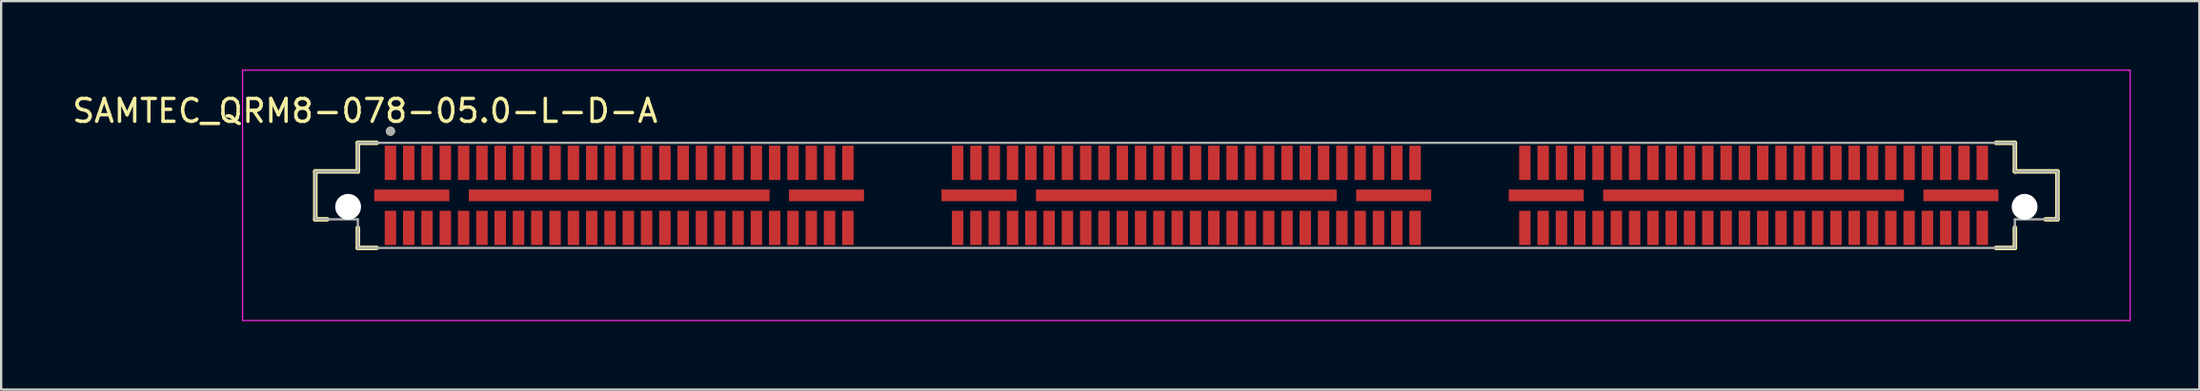
<source format=kicad_pcb>
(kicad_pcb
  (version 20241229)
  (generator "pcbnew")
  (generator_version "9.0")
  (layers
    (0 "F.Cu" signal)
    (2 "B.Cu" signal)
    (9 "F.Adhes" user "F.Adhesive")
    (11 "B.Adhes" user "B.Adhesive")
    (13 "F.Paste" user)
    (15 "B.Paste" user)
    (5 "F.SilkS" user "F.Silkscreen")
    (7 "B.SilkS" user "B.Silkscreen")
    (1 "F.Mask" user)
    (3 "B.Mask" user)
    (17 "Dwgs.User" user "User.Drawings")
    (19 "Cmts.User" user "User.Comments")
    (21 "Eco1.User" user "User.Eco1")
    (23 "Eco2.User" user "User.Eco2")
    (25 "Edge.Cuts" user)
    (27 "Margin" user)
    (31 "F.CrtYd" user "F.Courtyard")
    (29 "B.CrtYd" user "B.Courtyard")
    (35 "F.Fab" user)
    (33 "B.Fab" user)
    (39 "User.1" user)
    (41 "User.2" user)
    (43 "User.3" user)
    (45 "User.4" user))
  (footprint "SAMTEC_QRM8-078-05.0-L-D-A"
    (layer "F.Cu")
    (at 48.821 5.505)
    (property "Reference" "SAMTEC_QRM8-078-05.0-L-D-A" (at -35.91 -3.7 0) (layer "F.SilkS") (effects (font (size 1 1) (thickness 0.15))))
    (attr through_hole)
    (fp_line (start -38.085 -1.05) (end -36.225 -1.05) (stroke (width 0.2) (type solid)) (layer "F.SilkS"))
    (fp_line (start -38.085 1.05) (end -38.085 -1.05) (stroke (width 0.2) (type solid)) (layer "F.SilkS"))
    (fp_line (start -37.565 1.05) (end -38.085 1.05) (stroke (width 0.2) (type solid)) (layer "F.SilkS"))
    (fp_line (start -36.225 -2.3) (end -36.225 -1.05) (stroke (width 0.2) (type solid)) (layer "F.SilkS"))
    (fp_line (start -36.225 -2.3) (end -35.4 -2.3) (stroke (width 0.2) (type solid)) (layer "F.SilkS"))
    (fp_line (start -36.225 2.3) (end -36.225 1.415) (stroke (width 0.2) (type solid)) (layer "F.SilkS"))
    (fp_line (start -36.225 2.3) (end -35.4 2.3) (stroke (width 0.2) (type solid)) (layer "F.SilkS"))
    (fp_line (start 36.225 -2.3) (end 35.4 -2.3) (stroke (width 0.2) (type solid)) (layer "F.SilkS"))
    (fp_line (start 36.225 -2.3) (end 36.225 -1.05) (stroke (width 0.2) (type solid)) (layer "F.SilkS"))
    (fp_line (start 36.225 2.3) (end 35.4 2.3) (stroke (width 0.2) (type solid)) (layer "F.SilkS"))
    (fp_line (start 36.225 2.3) (end 36.225 1.415) (stroke (width 0.2) (type solid)) (layer "F.SilkS"))
    (fp_line (start 37.565 1.05) (end 38.085 1.05) (stroke (width 0.2) (type solid)) (layer "F.SilkS"))
    (fp_line (start 38.085 -1.05) (end 36.225 -1.05) (stroke (width 0.2) (type solid)) (layer "F.SilkS"))
    (fp_line (start 38.085 1.05) (end 38.085 -1.05) (stroke (width 0.2) (type solid)) (layer "F.SilkS"))
    (fp_circle (center -34.8 -2.81) (end -34.7 -2.81) (stroke (width 0.2) (type solid)) (fill no) (layer "F.SilkS"))
    (fp_line (start -41.265 -5.48) (end 41.265 -5.48) (stroke (width 0.05) (type solid)) (layer "F.CrtYd"))
    (fp_line (start -41.265 5.48) (end -41.265 -5.48) (stroke (width 0.05) (type solid)) (layer "F.CrtYd"))
    (fp_line (start 41.265 -5.48) (end 41.265 5.48) (stroke (width 0.05) (type solid)) (layer "F.CrtYd"))
    (fp_line (start 41.265 5.48) (end -41.265 5.48) (stroke (width 0.05) (type solid)) (layer "F.CrtYd"))
    (fp_line (start -38.085 -1.05) (end -36.225 -1.05) (stroke (width 0.1) (type solid)) (layer "F.Fab"))
    (fp_line (start -38.085 1.05) (end -38.085 -1.05) (stroke (width 0.1) (type solid)) (layer "F.Fab"))
    (fp_line (start -38.085 1.05) (end -36.225 1.05) (stroke (width 0.1) (type solid)) (layer "F.Fab"))
    (fp_line (start -36.225 -2.3) (end -36.225 -1.05) (stroke (width 0.1) (type solid)) (layer "F.Fab"))
    (fp_line (start -36.225 -2.3) (end 36.225 -2.3) (stroke (width 0.1) (type solid)) (layer "F.Fab"))
    (fp_line (start -36.225 2.3) (end -36.225 1.05) (stroke (width 0.1) (type solid)) (layer "F.Fab"))
    (fp_line (start -36.225 2.3) (end 36.225 2.3) (stroke (width 0.1) (type solid)) (layer "F.Fab"))
    (fp_line (start 36.225 -2.3) (end 36.225 -1.05) (stroke (width 0.1) (type solid)) (layer "F.Fab"))
    (fp_line (start 36.225 2.3) (end 36.225 1.05) (stroke (width 0.1) (type solid)) (layer "F.Fab"))
    (fp_line (start 38.085 -1.05) (end 36.225 -1.05) (stroke (width 0.1) (type solid)) (layer "F.Fab"))
    (fp_line (start 38.085 1.05) (end 36.225 1.05) (stroke (width 0.1) (type solid)) (layer "F.Fab"))
    (fp_line (start 38.085 1.05) (end 38.085 -1.05) (stroke (width 0.1) (type solid)) (layer "F.Fab"))
    (fp_circle (center -34.8 -2.81) (end -34.7 -2.81) (stroke (width 0.2) (type solid)) (fill no) (layer "F.Fab"))
    (pad "" np_thru_hole circle (at -36.65 0.5) (size 1.13 1.13) (drill 1.13) (layers "*.Cu" "*.Mask"))
    (pad "" np_thru_hole circle (at 36.65 0.5) (size 1.13 1.13) (drill 1.13) (layers "*.Cu" "*.Mask"))
    (pad "01" smd rect (at -34.8 -1.425) (size 0.5 1.5) (layers "F.Cu" "F.Mask" "F.Paste"))
    (pad "02" smd rect (at -34.8 1.425) (size 0.5 1.5) (layers "F.Cu" "F.Mask" "F.Paste"))
    (pad "03" smd rect (at -34 -1.425) (size 0.5 1.5) (layers "F.Cu" "F.Mask" "F.Paste"))
    (pad "04" smd rect (at -34 1.425) (size 0.5 1.5) (layers "F.Cu" "F.Mask" "F.Paste"))
    (pad "05" smd rect (at -33.2 -1.425) (size 0.5 1.5) (layers "F.Cu" "F.Mask" "F.Paste"))
    (pad "06" smd rect (at -33.2 1.425) (size 0.5 1.5) (layers "F.Cu" "F.Mask" "F.Paste"))
    (pad "07" smd rect (at -32.4 -1.425) (size 0.5 1.5) (layers "F.Cu" "F.Mask" "F.Paste"))
    (pad "08" smd rect (at -32.4 1.425) (size 0.5 1.5) (layers "F.Cu" "F.Mask" "F.Paste"))
    (pad "09" smd rect (at -31.6 -1.425) (size 0.5 1.5) (layers "F.Cu" "F.Mask" "F.Paste"))
    (pad "10" smd rect (at -31.6 1.425) (size 0.5 1.5) (layers "F.Cu" "F.Mask" "F.Paste"))
    (pad "11" smd rect (at -30.8 -1.425) (size 0.5 1.5) (layers "F.Cu" "F.Mask" "F.Paste"))
    (pad "12" smd rect (at -30.8 1.425) (size 0.5 1.5) (layers "F.Cu" "F.Mask" "F.Paste"))
    (pad "13" smd rect (at -30 -1.425) (size 0.5 1.5) (layers "F.Cu" "F.Mask" "F.Paste"))
    (pad "14" smd rect (at -30 1.425) (size 0.5 1.5) (layers "F.Cu" "F.Mask" "F.Paste"))
    (pad "15" smd rect (at -29.2 -1.425) (size 0.5 1.5) (layers "F.Cu" "F.Mask" "F.Paste"))
    (pad "16" smd rect (at -29.2 1.425) (size 0.5 1.5) (layers "F.Cu" "F.Mask" "F.Paste"))
    (pad "17" smd rect (at -28.4 -1.425) (size 0.5 1.5) (layers "F.Cu" "F.Mask" "F.Paste"))
    (pad "18" smd rect (at -28.4 1.425) (size 0.5 1.5) (layers "F.Cu" "F.Mask" "F.Paste"))
    (pad "19" smd rect (at -27.6 -1.425) (size 0.5 1.5) (layers "F.Cu" "F.Mask" "F.Paste"))
    (pad "20" smd rect (at -27.6 1.425) (size 0.5 1.5) (layers "F.Cu" "F.Mask" "F.Paste"))
    (pad "21" smd rect (at -26.8 -1.425) (size 0.5 1.5) (layers "F.Cu" "F.Mask" "F.Paste"))
    (pad "22" smd rect (at -26.8 1.425) (size 0.5 1.5) (layers "F.Cu" "F.Mask" "F.Paste"))
    (pad "23" smd rect (at -26 -1.425) (size 0.5 1.5) (layers "F.Cu" "F.Mask" "F.Paste"))
    (pad "24" smd rect (at -26 1.425) (size 0.5 1.5) (layers "F.Cu" "F.Mask" "F.Paste"))
    (pad "25" smd rect (at -25.2 -1.425) (size 0.5 1.5) (layers "F.Cu" "F.Mask" "F.Paste"))
    (pad "26" smd rect (at -25.2 1.425) (size 0.5 1.5) (layers "F.Cu" "F.Mask" "F.Paste"))
    (pad "27" smd rect (at -24.4 -1.425) (size 0.5 1.5) (layers "F.Cu" "F.Mask" "F.Paste"))
    (pad "28" smd rect (at -24.4 1.425) (size 0.5 1.5) (layers "F.Cu" "F.Mask" "F.Paste"))
    (pad "29" smd rect (at -23.6 -1.425) (size 0.5 1.5) (layers "F.Cu" "F.Mask" "F.Paste"))
    (pad "30" smd rect (at -23.6 1.425) (size 0.5 1.5) (layers "F.Cu" "F.Mask" "F.Paste"))
    (pad "31" smd rect (at -22.8 -1.425) (size 0.5 1.5) (layers "F.Cu" "F.Mask" "F.Paste"))
    (pad "32" smd rect (at -22.8 1.425) (size 0.5 1.5) (layers "F.Cu" "F.Mask" "F.Paste"))
    (pad "33" smd rect (at -22 -1.425) (size 0.5 1.5) (layers "F.Cu" "F.Mask" "F.Paste"))
    (pad "34" smd rect (at -22 1.425) (size 0.5 1.5) (layers "F.Cu" "F.Mask" "F.Paste"))
    (pad "35" smd rect (at -21.2 -1.425) (size 0.5 1.5) (layers "F.Cu" "F.Mask" "F.Paste"))
    (pad "36" smd rect (at -21.2 1.425) (size 0.5 1.5) (layers "F.Cu" "F.Mask" "F.Paste"))
    (pad "37" smd rect (at -20.4 -1.425) (size 0.5 1.5) (layers "F.Cu" "F.Mask" "F.Paste"))
    (pad "38" smd rect (at -20.4 1.425) (size 0.5 1.5) (layers "F.Cu" "F.Mask" "F.Paste"))
    (pad "39" smd rect (at -19.6 -1.425) (size 0.5 1.5) (layers "F.Cu" "F.Mask" "F.Paste"))
    (pad "40" smd rect (at -19.6 1.425) (size 0.5 1.5) (layers "F.Cu" "F.Mask" "F.Paste"))
    (pad "41" smd rect (at -18.8 -1.425) (size 0.5 1.5) (layers "F.Cu" "F.Mask" "F.Paste"))
    (pad "42" smd rect (at -18.8 1.425) (size 0.5 1.5) (layers "F.Cu" "F.Mask" "F.Paste"))
    (pad "43" smd rect (at -18 -1.425) (size 0.5 1.5) (layers "F.Cu" "F.Mask" "F.Paste"))
    (pad "44" smd rect (at -18 1.425) (size 0.5 1.5) (layers "F.Cu" "F.Mask" "F.Paste"))
    (pad "45" smd rect (at -17.2 -1.425) (size 0.5 1.5) (layers "F.Cu" "F.Mask" "F.Paste"))
    (pad "46" smd rect (at -17.2 1.425) (size 0.5 1.5) (layers "F.Cu" "F.Mask" "F.Paste"))
    (pad "47" smd rect (at -16.4 -1.425) (size 0.5 1.5) (layers "F.Cu" "F.Mask" "F.Paste"))
    (pad "48" smd rect (at -16.4 1.425) (size 0.5 1.5) (layers "F.Cu" "F.Mask" "F.Paste"))
    (pad "49" smd rect (at -15.6 -1.425) (size 0.5 1.5) (layers "F.Cu" "F.Mask" "F.Paste"))
    (pad "50" smd rect (at -15.6 1.425) (size 0.5 1.5) (layers "F.Cu" "F.Mask" "F.Paste"))
    (pad "51" smd rect (at -14.8 -1.425) (size 0.5 1.5) (layers "F.Cu" "F.Mask" "F.Paste"))
    (pad "52" smd rect (at -14.8 1.425) (size 0.5 1.5) (layers "F.Cu" "F.Mask" "F.Paste"))
    (pad "53" smd rect (at -10 -1.425) (size 0.5 1.5) (layers "F.Cu" "F.Mask" "F.Paste"))
    (pad "54" smd rect (at -10 1.425) (size 0.5 1.5) (layers "F.Cu" "F.Mask" "F.Paste"))
    (pad "55" smd rect (at -9.2 -1.425) (size 0.5 1.5) (layers "F.Cu" "F.Mask" "F.Paste"))
    (pad "56" smd rect (at -9.2 1.425) (size 0.5 1.5) (layers "F.Cu" "F.Mask" "F.Paste"))
    (pad "57" smd rect (at -8.4 -1.425) (size 0.5 1.5) (layers "F.Cu" "F.Mask" "F.Paste"))
    (pad "58" smd rect (at -8.4 1.425) (size 0.5 1.5) (layers "F.Cu" "F.Mask" "F.Paste"))
    (pad "59" smd rect (at -7.6 -1.425) (size 0.5 1.5) (layers "F.Cu" "F.Mask" "F.Paste"))
    (pad "60" smd rect (at -7.6 1.425) (size 0.5 1.5) (layers "F.Cu" "F.Mask" "F.Paste"))
    (pad "61" smd rect (at -6.8 -1.425) (size 0.5 1.5) (layers "F.Cu" "F.Mask" "F.Paste"))
    (pad "62" smd rect (at -6.8 1.425) (size 0.5 1.5) (layers "F.Cu" "F.Mask" "F.Paste"))
    (pad "63" smd rect (at -6 -1.425) (size 0.5 1.5) (layers "F.Cu" "F.Mask" "F.Paste"))
    (pad "64" smd rect (at -6 1.425) (size 0.5 1.5) (layers "F.Cu" "F.Mask" "F.Paste"))
    (pad "65" smd rect (at -5.2 -1.425) (size 0.5 1.5) (layers "F.Cu" "F.Mask" "F.Paste"))
    (pad "66" smd rect (at -5.2 1.425) (size 0.5 1.5) (layers "F.Cu" "F.Mask" "F.Paste"))
    (pad "67" smd rect (at -4.4 -1.425) (size 0.5 1.5) (layers "F.Cu" "F.Mask" "F.Paste"))
    (pad "68" smd rect (at -4.4 1.425) (size 0.5 1.5) (layers "F.Cu" "F.Mask" "F.Paste"))
    (pad "69" smd rect (at -3.6 -1.425) (size 0.5 1.5) (layers "F.Cu" "F.Mask" "F.Paste"))
    (pad "70" smd rect (at -3.6 1.425) (size 0.5 1.5) (layers "F.Cu" "F.Mask" "F.Paste"))
    (pad "71" smd rect (at -2.8 -1.425) (size 0.5 1.5) (layers "F.Cu" "F.Mask" "F.Paste"))
    (pad "72" smd rect (at -2.8 1.425) (size 0.5 1.5) (layers "F.Cu" "F.Mask" "F.Paste"))
    (pad "73" smd rect (at -2 -1.425) (size 0.5 1.5) (layers "F.Cu" "F.Mask" "F.Paste"))
    (pad "74" smd rect (at -2 1.425) (size 0.5 1.5) (layers "F.Cu" "F.Mask" "F.Paste"))
    (pad "75" smd rect (at -1.2 -1.425) (size 0.5 1.5) (layers "F.Cu" "F.Mask" "F.Paste"))
    (pad "76" smd rect (at -1.2 1.425) (size 0.5 1.5) (layers "F.Cu" "F.Mask" "F.Paste"))
    (pad "77" smd rect (at -0.4 -1.425) (size 0.5 1.5) (layers "F.Cu" "F.Mask" "F.Paste"))
    (pad "78" smd rect (at -0.4 1.425) (size 0.5 1.5) (layers "F.Cu" "F.Mask" "F.Paste"))
    (pad "79" smd rect (at 0.4 -1.425) (size 0.5 1.5) (layers "F.Cu" "F.Mask" "F.Paste"))
    (pad "80" smd rect (at 0.4 1.425) (size 0.5 1.5) (layers "F.Cu" "F.Mask" "F.Paste"))
    (pad "81" smd rect (at 1.2 -1.425) (size 0.5 1.5) (layers "F.Cu" "F.Mask" "F.Paste"))
    (pad "82" smd rect (at 1.2 1.425) (size 0.5 1.5) (layers "F.Cu" "F.Mask" "F.Paste"))
    (pad "83" smd rect (at 2 -1.425) (size 0.5 1.5) (layers "F.Cu" "F.Mask" "F.Paste"))
    (pad "84" smd rect (at 2 1.425) (size 0.5 1.5) (layers "F.Cu" "F.Mask" "F.Paste"))
    (pad "85" smd rect (at 2.8 -1.425) (size 0.5 1.5) (layers "F.Cu" "F.Mask" "F.Paste"))
    (pad "86" smd rect (at 2.8 1.425) (size 0.5 1.5) (layers "F.Cu" "F.Mask" "F.Paste"))
    (pad "87" smd rect (at 3.6 -1.425) (size 0.5 1.5) (layers "F.Cu" "F.Mask" "F.Paste"))
    (pad "88" smd rect (at 3.6 1.425) (size 0.5 1.5) (layers "F.Cu" "F.Mask" "F.Paste"))
    (pad "89" smd rect (at 4.4 -1.425) (size 0.5 1.5) (layers "F.Cu" "F.Mask" "F.Paste"))
    (pad "90" smd rect (at 4.4 1.425) (size 0.5 1.5) (layers "F.Cu" "F.Mask" "F.Paste"))
    (pad "91" smd rect (at 5.2 -1.425) (size 0.5 1.5) (layers "F.Cu" "F.Mask" "F.Paste"))
    (pad "92" smd rect (at 5.2 1.425) (size 0.5 1.5) (layers "F.Cu" "F.Mask" "F.Paste"))
    (pad "93" smd rect (at 6 -1.425) (size 0.5 1.5) (layers "F.Cu" "F.Mask" "F.Paste"))
    (pad "94" smd rect (at 6 1.425) (size 0.5 1.5) (layers "F.Cu" "F.Mask" "F.Paste"))
    (pad "95" smd rect (at 6.8 -1.425) (size 0.5 1.5) (layers "F.Cu" "F.Mask" "F.Paste"))
    (pad "96" smd rect (at 6.8 1.425) (size 0.5 1.5) (layers "F.Cu" "F.Mask" "F.Paste"))
    (pad "97" smd rect (at 7.6 -1.425) (size 0.5 1.5) (layers "F.Cu" "F.Mask" "F.Paste"))
    (pad "98" smd rect (at 7.6 1.425) (size 0.5 1.5) (layers "F.Cu" "F.Mask" "F.Paste"))
    (pad "99" smd rect (at 8.4 -1.425) (size 0.5 1.5) (layers "F.Cu" "F.Mask" "F.Paste"))
    (pad "100" smd rect (at 8.4 1.425) (size 0.5 1.5) (layers "F.Cu" "F.Mask" "F.Paste"))
    (pad "101" smd rect (at 9.2 -1.425) (size 0.5 1.5) (layers "F.Cu" "F.Mask" "F.Paste"))
    (pad "102" smd rect (at 9.2 1.425) (size 0.5 1.5) (layers "F.Cu" "F.Mask" "F.Paste"))
    (pad "103" smd rect (at 10 -1.425) (size 0.5 1.5) (layers "F.Cu" "F.Mask" "F.Paste"))
    (pad "104" smd rect (at 10 1.425) (size 0.5 1.5) (layers "F.Cu" "F.Mask" "F.Paste"))
    (pad "105" smd rect (at 14.8 -1.425) (size 0.5 1.5) (layers "F.Cu" "F.Mask" "F.Paste"))
    (pad "106" smd rect (at 14.8 1.425) (size 0.5 1.5) (layers "F.Cu" "F.Mask" "F.Paste"))
    (pad "107" smd rect (at 15.6 -1.425) (size 0.5 1.5) (layers "F.Cu" "F.Mask" "F.Paste"))
    (pad "108" smd rect (at 15.6 1.425) (size 0.5 1.5) (layers "F.Cu" "F.Mask" "F.Paste"))
    (pad "109" smd rect (at 16.4 -1.425) (size 0.5 1.5) (layers "F.Cu" "F.Mask" "F.Paste"))
    (pad "110" smd rect (at 16.4 1.425) (size 0.5 1.5) (layers "F.Cu" "F.Mask" "F.Paste"))
    (pad "111" smd rect (at 17.2 -1.425) (size 0.5 1.5) (layers "F.Cu" "F.Mask" "F.Paste"))
    (pad "112" smd rect (at 17.2 1.425) (size 0.5 1.5) (layers "F.Cu" "F.Mask" "F.Paste"))
    (pad "113" smd rect (at 18 -1.425) (size 0.5 1.5) (layers "F.Cu" "F.Mask" "F.Paste"))
    (pad "114" smd rect (at 18 1.425) (size 0.5 1.5) (layers "F.Cu" "F.Mask" "F.Paste"))
    (pad "115" smd rect (at 18.8 -1.425) (size 0.5 1.5) (layers "F.Cu" "F.Mask" "F.Paste"))
    (pad "116" smd rect (at 18.8 1.425) (size 0.5 1.5) (layers "F.Cu" "F.Mask" "F.Paste"))
    (pad "117" smd rect (at 19.6 -1.425) (size 0.5 1.5) (layers "F.Cu" "F.Mask" "F.Paste"))
    (pad "118" smd rect (at 19.6 1.425) (size 0.5 1.5) (layers "F.Cu" "F.Mask" "F.Paste"))
    (pad "119" smd rect (at 20.4 -1.425) (size 0.5 1.5) (layers "F.Cu" "F.Mask" "F.Paste"))
    (pad "120" smd rect (at 20.4 1.425) (size 0.5 1.5) (layers "F.Cu" "F.Mask" "F.Paste"))
    (pad "121" smd rect (at 21.2 -1.425) (size 0.5 1.5) (layers "F.Cu" "F.Mask" "F.Paste"))
    (pad "122" smd rect (at 21.2 1.425) (size 0.5 1.5) (layers "F.Cu" "F.Mask" "F.Paste"))
    (pad "123" smd rect (at 22 -1.425) (size 0.5 1.5) (layers "F.Cu" "F.Mask" "F.Paste"))
    (pad "124" smd rect (at 22 1.425) (size 0.5 1.5) (layers "F.Cu" "F.Mask" "F.Paste"))
    (pad "125" smd rect (at 22.8 -1.425) (size 0.5 1.5) (layers "F.Cu" "F.Mask" "F.Paste"))
    (pad "126" smd rect (at 22.8 1.425) (size 0.5 1.5) (layers "F.Cu" "F.Mask" "F.Paste"))
    (pad "127" smd rect (at 23.6 -1.425) (size 0.5 1.5) (layers "F.Cu" "F.Mask" "F.Paste"))
    (pad "128" smd rect (at 23.6 1.425) (size 0.5 1.5) (layers "F.Cu" "F.Mask" "F.Paste"))
    (pad "129" smd rect (at 24.4 -1.425) (size 0.5 1.5) (layers "F.Cu" "F.Mask" "F.Paste"))
    (pad "130" smd rect (at 24.4 1.425) (size 0.5 1.5) (layers "F.Cu" "F.Mask" "F.Paste"))
    (pad "131" smd rect (at 25.2 -1.425) (size 0.5 1.5) (layers "F.Cu" "F.Mask" "F.Paste"))
    (pad "132" smd rect (at 25.2 1.425) (size 0.5 1.5) (layers "F.Cu" "F.Mask" "F.Paste"))
    (pad "133" smd rect (at 26 -1.425) (size 0.5 1.5) (layers "F.Cu" "F.Mask" "F.Paste"))
    (pad "134" smd rect (at 26 1.425) (size 0.5 1.5) (layers "F.Cu" "F.Mask" "F.Paste"))
    (pad "135" smd rect (at 26.8 -1.425) (size 0.5 1.5) (layers "F.Cu" "F.Mask" "F.Paste"))
    (pad "136" smd rect (at 26.8 1.425) (size 0.5 1.5) (layers "F.Cu" "F.Mask" "F.Paste"))
    (pad "137" smd rect (at 27.6 -1.425) (size 0.5 1.5) (layers "F.Cu" "F.Mask" "F.Paste"))
    (pad "138" smd rect (at 27.6 1.425) (size 0.5 1.5) (layers "F.Cu" "F.Mask" "F.Paste"))
    (pad "139" smd rect (at 28.4 -1.425) (size 0.5 1.5) (layers "F.Cu" "F.Mask" "F.Paste"))
    (pad "140" smd rect (at 28.4 1.425) (size 0.5 1.5) (layers "F.Cu" "F.Mask" "F.Paste"))
    (pad "141" smd rect (at 29.2 -1.425) (size 0.5 1.5) (layers "F.Cu" "F.Mask" "F.Paste"))
    (pad "142" smd rect (at 29.2 1.425) (size 0.5 1.5) (layers "F.Cu" "F.Mask" "F.Paste"))
    (pad "143" smd rect (at 30 -1.425) (size 0.5 1.5) (layers "F.Cu" "F.Mask" "F.Paste"))
    (pad "144" smd rect (at 30 1.425) (size 0.5 1.5) (layers "F.Cu" "F.Mask" "F.Paste"))
    (pad "145" smd rect (at 30.8 -1.425) (size 0.5 1.5) (layers "F.Cu" "F.Mask" "F.Paste"))
    (pad "146" smd rect (at 30.8 1.425) (size 0.5 1.5) (layers "F.Cu" "F.Mask" "F.Paste"))
    (pad "147" smd rect (at 31.6 -1.425) (size 0.5 1.5) (layers "F.Cu" "F.Mask" "F.Paste"))
    (pad "148" smd rect (at 31.6 1.425) (size 0.5 1.5) (layers "F.Cu" "F.Mask" "F.Paste"))
    (pad "149" smd rect (at 32.4 -1.425) (size 0.5 1.5) (layers "F.Cu" "F.Mask" "F.Paste"))
    (pad "150" smd rect (at 32.4 1.425) (size 0.5 1.5) (layers "F.Cu" "F.Mask" "F.Paste"))
    (pad "151" smd rect (at 33.2 -1.425) (size 0.5 1.5) (layers "F.Cu" "F.Mask" "F.Paste"))
    (pad "152" smd rect (at 33.2 1.425) (size 0.5 1.5) (layers "F.Cu" "F.Mask" "F.Paste"))
    (pad "153" smd rect (at 34 -1.425) (size 0.5 1.5) (layers "F.Cu" "F.Mask" "F.Paste"))
    (pad "154" smd rect (at 34 1.425) (size 0.5 1.5) (layers "F.Cu" "F.Mask" "F.Paste"))
    (pad "155" smd rect (at 34.8 -1.425) (size 0.5 1.5) (layers "F.Cu" "F.Mask" "F.Paste"))
    (pad "156" smd rect (at 34.8 1.425) (size 0.5 1.5) (layers "F.Cu" "F.Mask" "F.Paste"))
    (pad "G1" smd rect (at -33.865 0) (size 3.28 0.51) (layers "F.Cu" "F.Mask" "F.Paste"))
    (pad "G2" smd rect (at -24.8 0) (size 13.15 0.51) (layers "F.Cu" "F.Mask" "F.Paste"))
    (pad "G3" smd rect (at -15.735 0) (size 3.28 0.51) (layers "F.Cu" "F.Mask" "F.Paste"))
    (pad "G4" smd rect (at -9.065 0) (size 3.28 0.51) (layers "F.Cu" "F.Mask" "F.Paste"))
    (pad "G5" smd rect (at 0 0) (size 13.15 0.51) (layers "F.Cu" "F.Mask" "F.Paste"))
    (pad "G6" smd rect (at 9.065 0) (size 3.28 0.51) (layers "F.Cu" "F.Mask" "F.Paste"))
    (pad "G7" smd rect (at 15.735 0) (size 3.28 0.51) (layers "F.Cu" "F.Mask" "F.Paste"))
    (pad "G8" smd rect (at 24.8 0) (size 13.15 0.51) (layers "F.Cu" "F.Mask" "F.Paste"))
    (pad "G9" smd rect (at 33.865 0) (size 3.28 0.51) (layers "F.Cu" "F.Mask" "F.Paste")))
  (gr_rect
    (start -3 -3)
    (end 93.111 14.01)
    (stroke (width 0.1) (type default))
    (fill no)
    (layer "Edge.Cuts")))
</source>
